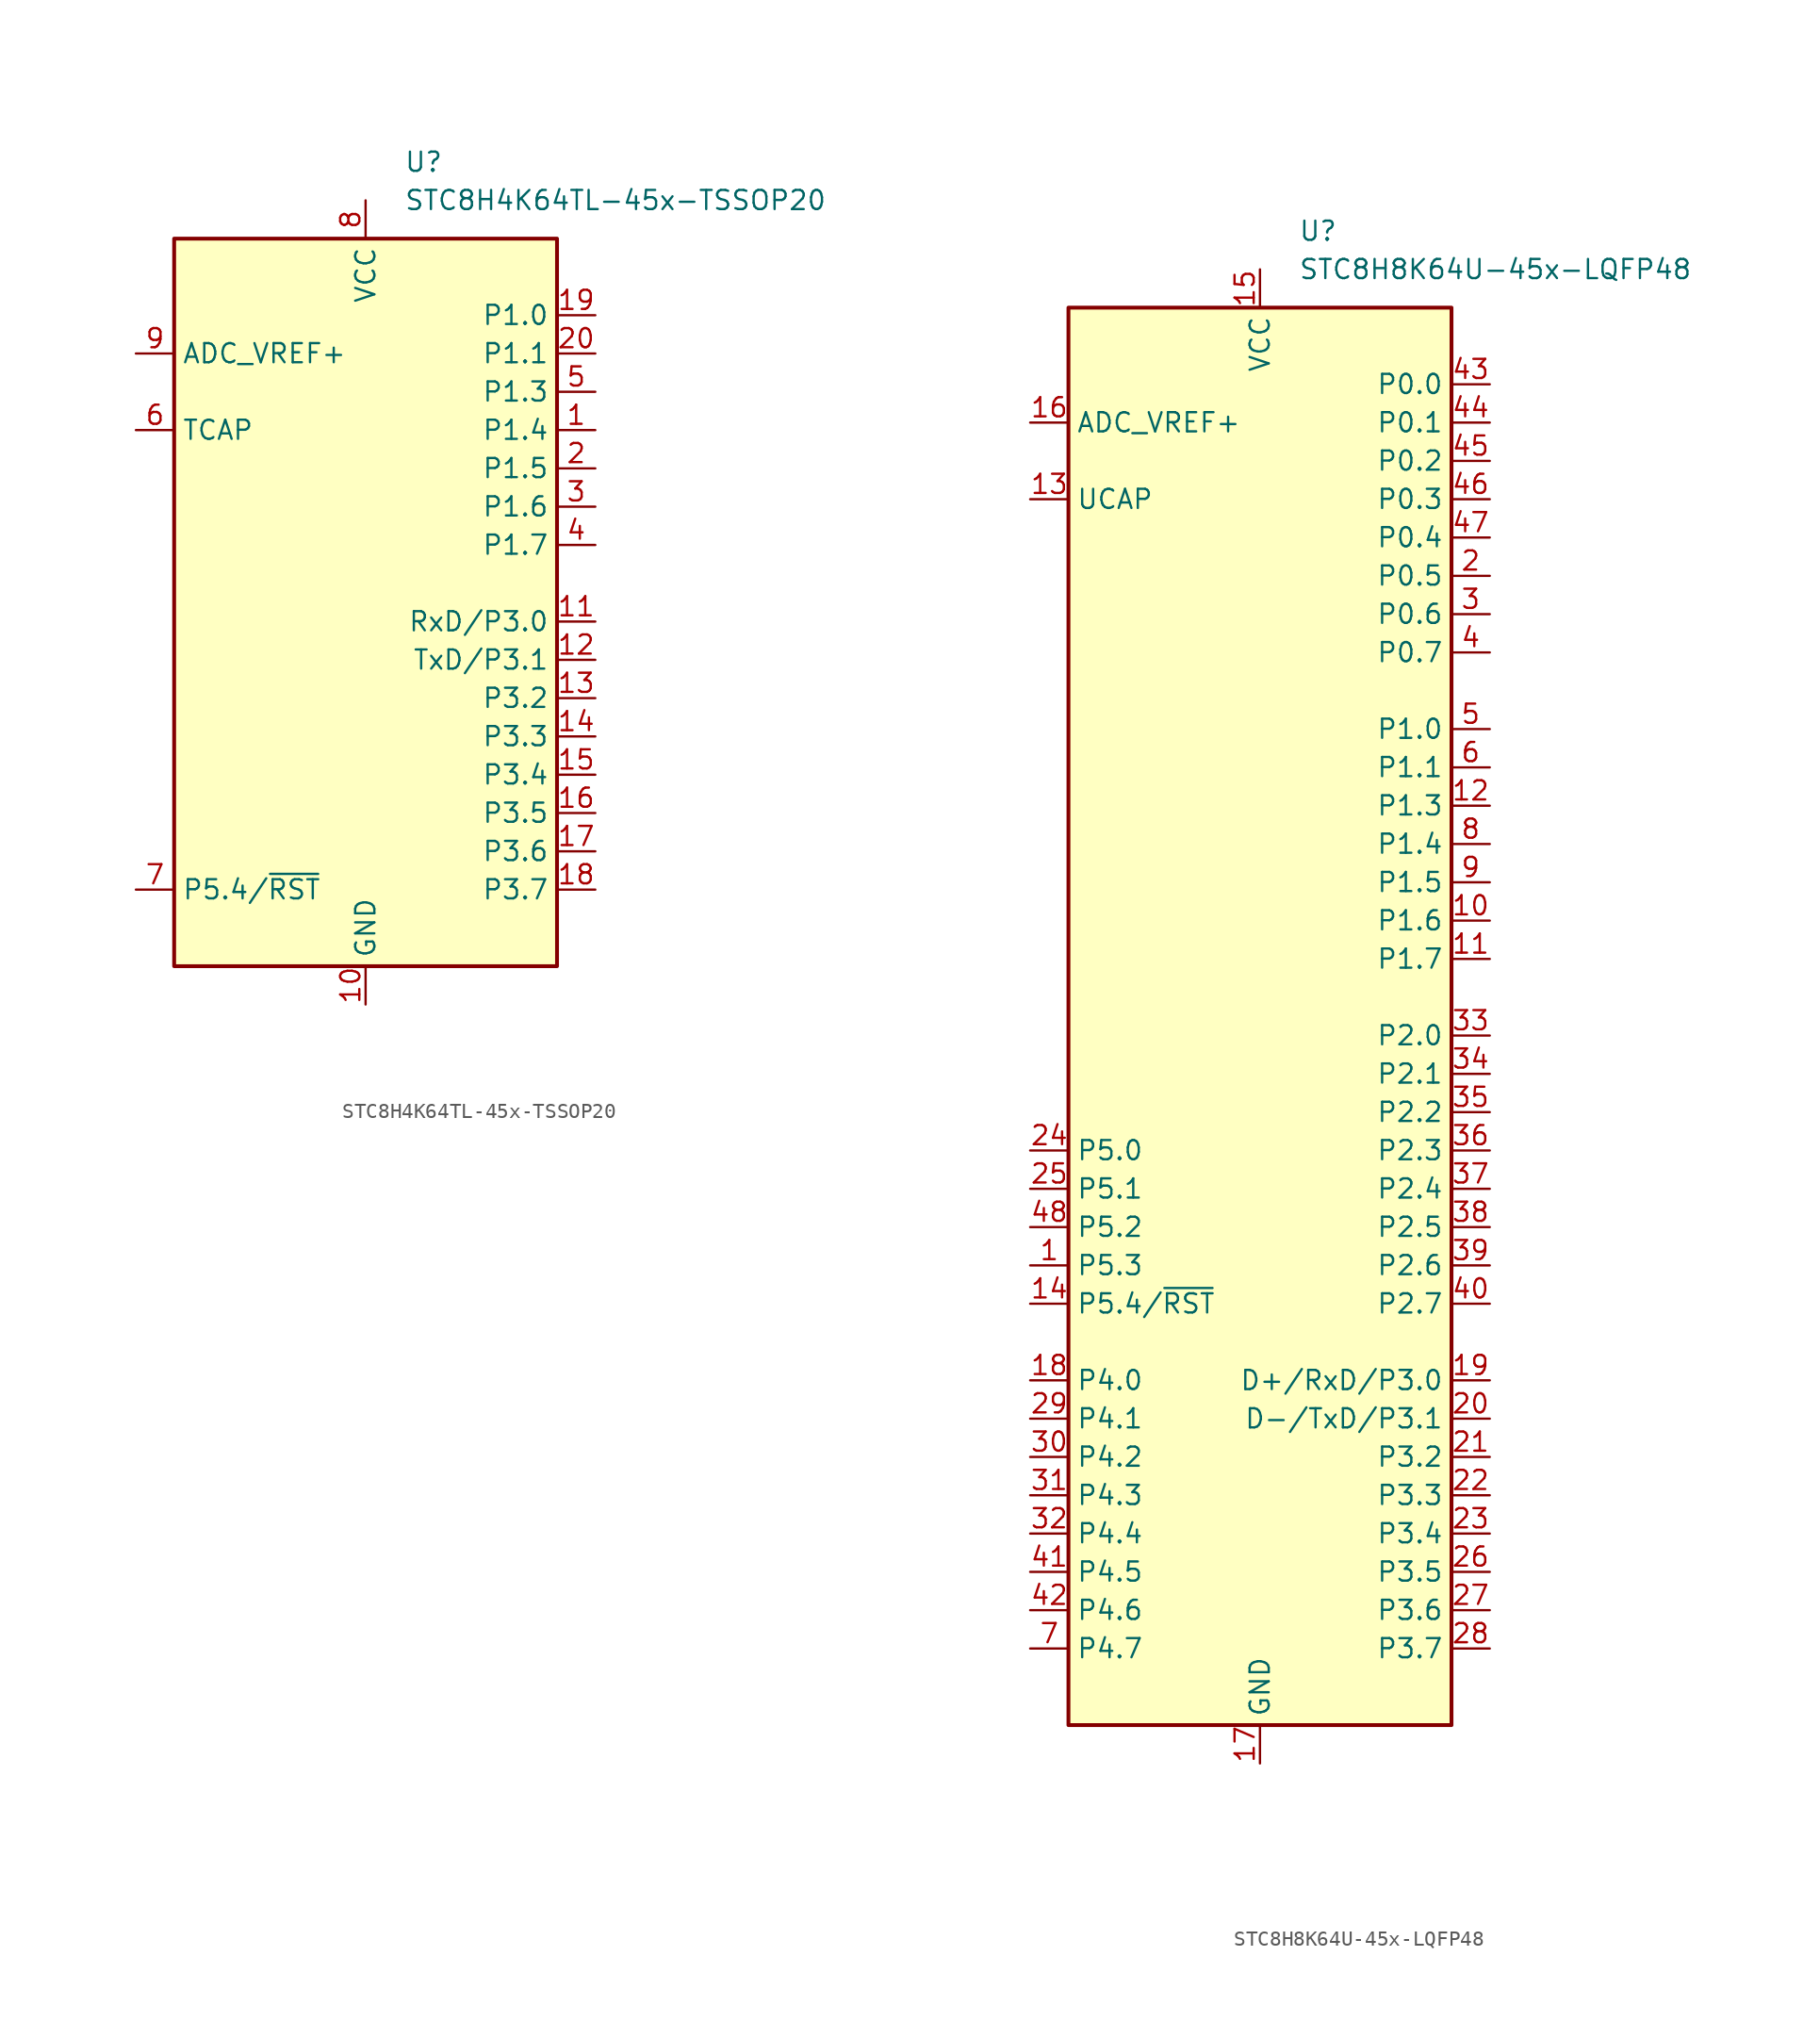
<source format=kicad_sym>
(kicad_symbol_lib
  (version 20211014)
  (generator kicad_symbol_editor)
  (symbol "STC8H4K64TL-45x-TSSOP20"
    (property "Reference" "U"
      (at 2.54 29.21 0)
      (effects (font (size 1.27 1.27)) (justify left)))
    (property "Value" "STC8H4K64TL-45x-TSSOP20"
      (at 2.54 26.67 0)
      (effects (font (size 1.27 1.27)) (justify left)))
    (symbol "STC8H4K64TL-45x-TSSOP20_0_1"
      (rectangle (start -12.7 24.13) (end 12.7 -24.13) (stroke (width 0.254) (type default) (color 0 0 0 0)) (fill (type background))))
    (symbol "STC8H4K64TL-45x-TSSOP20_1_1"
      (pin bidirectional line (at 15.24 11.43 180) (length 2.54) (name "P1.4" (effects (font (size 1.27 1.27)))) (number "1" (effects (font (size 1.27 1.27)))))
      (pin power_in line (at 0 -26.67 90) (length 2.54) (name "GND" (effects (font (size 1.27 1.27)))) (number "10" (effects (font (size 1.27 1.27)))))
      (pin bidirectional line (at 15.24 -1.27 180) (length 2.54) (name "RxD/P3.0" (effects (font (size 1.27 1.27)))) (number "11" (effects (font (size 1.27 1.27)))))
      (pin bidirectional line (at 15.24 -3.81 180) (length 2.54) (name "TxD/P3.1" (effects (font (size 1.27 1.27)))) (number "12" (effects (font (size 1.27 1.27)))))
      (pin bidirectional line (at 15.24 -6.35 180) (length 2.54) (name "P3.2" (effects (font (size 1.27 1.27)))) (number "13" (effects (font (size 1.27 1.27)))))
      (pin bidirectional line (at 15.24 -8.89 180) (length 2.54) (name "P3.3" (effects (font (size 1.27 1.27)))) (number "14" (effects (font (size 1.27 1.27)))))
      (pin bidirectional line (at 15.24 -11.43 180) (length 2.54) (name "P3.4" (effects (font (size 1.27 1.27)))) (number "15" (effects (font (size 1.27 1.27)))))
      (pin bidirectional line (at 15.24 -13.97 180) (length 2.54) (name "P3.5" (effects (font (size 1.27 1.27)))) (number "16" (effects (font (size 1.27 1.27)))))
      (pin bidirectional line (at 15.24 -16.51 180) (length 2.54) (name "P3.6" (effects (font (size 1.27 1.27)))) (number "17" (effects (font (size 1.27 1.27)))))
      (pin bidirectional line (at 15.24 -19.05 180) (length 2.54) (name "P3.7" (effects (font (size 1.27 1.27)))) (number "18" (effects (font (size 1.27 1.27)))))
      (pin bidirectional line (at 15.24 19.05 180) (length 2.54) (name "P1.0" (effects (font (size 1.27 1.27)))) (number "19" (effects (font (size 1.27 1.27)))))
      (pin bidirectional line (at 15.24 8.89 180) (length 2.54) (name "P1.5" (effects (font (size 1.27 1.27)))) (number "2" (effects (font (size 1.27 1.27)))))
      (pin bidirectional line (at 15.24 16.51 180) (length 2.54) (name "P1.1" (effects (font (size 1.27 1.27)))) (number "20" (effects (font (size 1.27 1.27)))))
      (pin bidirectional line (at 15.24 6.35 180) (length 2.54) (name "P1.6" (effects (font (size 1.27 1.27)))) (number "3" (effects (font (size 1.27 1.27)))))
      (pin bidirectional line (at 15.24 3.81 180) (length 2.54) (name "P1.7" (effects (font (size 1.27 1.27)))) (number "4" (effects (font (size 1.27 1.27)))))
      (pin bidirectional line (at 15.24 13.97 180) (length 2.54) (name "P1.3" (effects (font (size 1.27 1.27)))) (number "5" (effects (font (size 1.27 1.27)))))
      (pin passive line (at -15.24 11.43 0) (length 2.54) (name "TCAP" (effects (font (size 1.27 1.27)))) (number "6" (effects (font (size 1.27 1.27)))))
      (pin bidirectional line (at -15.24 -19.05 0) (length 2.54) (name "P5.4/~{RST}" (effects (font (size 1.27 1.27)))) (number "7" (effects (font (size 1.27 1.27)))))
      (pin power_in line (at 0 26.67 270) (length 2.54) (name "VCC" (effects (font (size 1.27 1.27)))) (number "8" (effects (font (size 1.27 1.27)))))
      (pin power_in line (at -15.24 16.51 0) (length 2.54) (name "ADC_VREF+" (effects (font (size 1.27 1.27)))) (number "9" (effects (font (size 1.27 1.27)))))))
  (symbol "STC8H8K64U-45x-LQFP48"
    (property "Reference" "U"
      (at 2.54 52.07 0)
      (effects (font (size 1.27 1.27)) (justify left)))
    (property "Value" "STC8H8K64U-45x-LQFP48"
      (at 2.54 49.53 0)
      (effects (font (size 1.27 1.27)) (justify left)))
    (symbol "STC8H8K64U-45x-LQFP48_0_1"
      (rectangle (start -12.7 46.99) (end 12.7 -46.99) (stroke (width 0.254) (type default) (color 0 0 0 0)) (fill (type background))))
    (symbol "STC8H8K64U-45x-LQFP48_1_1"
      (pin bidirectional line (at -15.24 -16.51 0) (length 2.54) (name "P5.3" (effects (font (size 1.27 1.27)))) (number "1" (effects (font (size 1.27 1.27)))))
      (pin bidirectional line (at 15.24 6.35 180) (length 2.54) (name "P1.6" (effects (font (size 1.27 1.27)))) (number "10" (effects (font (size 1.27 1.27)))))
      (pin bidirectional line (at 15.24 3.81 180) (length 2.54) (name "P1.7" (effects (font (size 1.27 1.27)))) (number "11" (effects (font (size 1.27 1.27)))))
      (pin bidirectional line (at 15.24 13.97 180) (length 2.54) (name "P1.3" (effects (font (size 1.27 1.27)))) (number "12" (effects (font (size 1.27 1.27)))))
      (pin passive line (at -15.24 34.29 0) (length 2.54) (name "UCAP" (effects (font (size 1.27 1.27)))) (number "13" (effects (font (size 1.27 1.27)))))
      (pin bidirectional line (at -15.24 -19.05 0) (length 2.54) (name "P5.4/~{RST}" (effects (font (size 1.27 1.27)))) (number "14" (effects (font (size 1.27 1.27)))))
      (pin power_in line (at 0 49.53 270) (length 2.54) (name "VCC" (effects (font (size 1.27 1.27)))) (number "15" (effects (font (size 1.27 1.27)))))
      (pin power_in line (at -15.24 39.37 0) (length 2.54) (name "ADC_VREF+" (effects (font (size 1.27 1.27)))) (number "16" (effects (font (size 1.27 1.27)))))
      (pin power_in line (at 0 -49.53 90) (length 2.54) (name "GND" (effects (font (size 1.27 1.27)))) (number "17" (effects (font (size 1.27 1.27)))))
      (pin bidirectional line (at -15.24 -24.13 0) (length 2.54) (name "P4.0" (effects (font (size 1.27 1.27)))) (number "18" (effects (font (size 1.27 1.27)))))
      (pin bidirectional line (at 15.24 -24.13 180) (length 2.54) (name "D+/RxD/P3.0" (effects (font (size 1.27 1.27)))) (number "19" (effects (font (size 1.27 1.27)))))
      (pin bidirectional line (at 15.24 29.21 180) (length 2.54) (name "P0.5" (effects (font (size 1.27 1.27)))) (number "2" (effects (font (size 1.27 1.27)))))
      (pin bidirectional line (at 15.24 -26.67 180) (length 2.54) (name "D-/TxD/P3.1" (effects (font (size 1.27 1.27)))) (number "20" (effects (font (size 1.27 1.27)))))
      (pin bidirectional line (at 15.24 -29.21 180) (length 2.54) (name "P3.2" (effects (font (size 1.27 1.27)))) (number "21" (effects (font (size 1.27 1.27)))))
      (pin bidirectional line (at 15.24 -31.75 180) (length 2.54) (name "P3.3" (effects (font (size 1.27 1.27)))) (number "22" (effects (font (size 1.27 1.27)))))
      (pin bidirectional line (at 15.24 -34.29 180) (length 2.54) (name "P3.4" (effects (font (size 1.27 1.27)))) (number "23" (effects (font (size 1.27 1.27)))))
      (pin bidirectional line (at -15.24 -8.89 0) (length 2.54) (name "P5.0" (effects (font (size 1.27 1.27)))) (number "24" (effects (font (size 1.27 1.27)))))
      (pin bidirectional line (at -15.24 -11.43 0) (length 2.54) (name "P5.1" (effects (font (size 1.27 1.27)))) (number "25" (effects (font (size 1.27 1.27)))))
      (pin bidirectional line (at 15.24 -36.83 180) (length 2.54) (name "P3.5" (effects (font (size 1.27 1.27)))) (number "26" (effects (font (size 1.27 1.27)))))
      (pin bidirectional line (at 15.24 -39.37 180) (length 2.54) (name "P3.6" (effects (font (size 1.27 1.27)))) (number "27" (effects (font (size 1.27 1.27)))))
      (pin bidirectional line (at 15.24 -41.91 180) (length 2.54) (name "P3.7" (effects (font (size 1.27 1.27)))) (number "28" (effects (font (size 1.27 1.27)))))
      (pin bidirectional line (at -15.24 -26.67 0) (length 2.54) (name "P4.1" (effects (font (size 1.27 1.27)))) (number "29" (effects (font (size 1.27 1.27)))))
      (pin bidirectional line (at 15.24 26.67 180) (length 2.54) (name "P0.6" (effects (font (size 1.27 1.27)))) (number "3" (effects (font (size 1.27 1.27)))))
      (pin bidirectional line (at -15.24 -29.21 0) (length 2.54) (name "P4.2" (effects (font (size 1.27 1.27)))) (number "30" (effects (font (size 1.27 1.27)))))
      (pin bidirectional line (at -15.24 -31.75 0) (length 2.54) (name "P4.3" (effects (font (size 1.27 1.27)))) (number "31" (effects (font (size 1.27 1.27)))))
      (pin bidirectional line (at -15.24 -34.29 0) (length 2.54) (name "P4.4" (effects (font (size 1.27 1.27)))) (number "32" (effects (font (size 1.27 1.27)))))
      (pin bidirectional line (at 15.24 -1.27 180) (length 2.54) (name "P2.0" (effects (font (size 1.27 1.27)))) (number "33" (effects (font (size 1.27 1.27)))))
      (pin bidirectional line (at 15.24 -3.81 180) (length 2.54) (name "P2.1" (effects (font (size 1.27 1.27)))) (number "34" (effects (font (size 1.27 1.27)))))
      (pin bidirectional line (at 15.24 -6.35 180) (length 2.54) (name "P2.2" (effects (font (size 1.27 1.27)))) (number "35" (effects (font (size 1.27 1.27)))))
      (pin bidirectional line (at 15.24 -8.89 180) (length 2.54) (name "P2.3" (effects (font (size 1.27 1.27)))) (number "36" (effects (font (size 1.27 1.27)))))
      (pin bidirectional line (at 15.24 -11.43 180) (length 2.54) (name "P2.4" (effects (font (size 1.27 1.27)))) (number "37" (effects (font (size 1.27 1.27)))))
      (pin bidirectional line (at 15.24 -13.97 180) (length 2.54) (name "P2.5" (effects (font (size 1.27 1.27)))) (number "38" (effects (font (size 1.27 1.27)))))
      (pin bidirectional line (at 15.24 -16.51 180) (length 2.54) (name "P2.6" (effects (font (size 1.27 1.27)))) (number "39" (effects (font (size 1.27 1.27)))))
      (pin bidirectional line (at 15.24 24.13 180) (length 2.54) (name "P0.7" (effects (font (size 1.27 1.27)))) (number "4" (effects (font (size 1.27 1.27)))))
      (pin bidirectional line (at 15.24 -19.05 180) (length 2.54) (name "P2.7" (effects (font (size 1.27 1.27)))) (number "40" (effects (font (size 1.27 1.27)))))
      (pin bidirectional line (at -15.24 -36.83 0) (length 2.54) (name "P4.5" (effects (font (size 1.27 1.27)))) (number "41" (effects (font (size 1.27 1.27)))))
      (pin bidirectional line (at -15.24 -39.37 0) (length 2.54) (name "P4.6" (effects (font (size 1.27 1.27)))) (number "42" (effects (font (size 1.27 1.27)))))
      (pin bidirectional line (at 15.24 41.91 180) (length 2.54) (name "P0.0" (effects (font (size 1.27 1.27)))) (number "43" (effects (font (size 1.27 1.27)))))
      (pin bidirectional line (at 15.24 39.37 180) (length 2.54) (name "P0.1" (effects (font (size 1.27 1.27)))) (number "44" (effects (font (size 1.27 1.27)))))
      (pin bidirectional line (at 15.24 36.83 180) (length 2.54) (name "P0.2" (effects (font (size 1.27 1.27)))) (number "45" (effects (font (size 1.27 1.27)))))
      (pin bidirectional line (at 15.24 34.29 180) (length 2.54) (name "P0.3" (effects (font (size 1.27 1.27)))) (number "46" (effects (font (size 1.27 1.27)))))
      (pin bidirectional line (at 15.24 31.75 180) (length 2.54) (name "P0.4" (effects (font (size 1.27 1.27)))) (number "47" (effects (font (size 1.27 1.27)))))
      (pin bidirectional line (at -15.24 -13.97 0) (length 2.54) (name "P5.2" (effects (font (size 1.27 1.27)))) (number "48" (effects (font (size 1.27 1.27)))))
      (pin bidirectional line (at 15.24 19.05 180) (length 2.54) (name "P1.0" (effects (font (size 1.27 1.27)))) (number "5" (effects (font (size 1.27 1.27)))))
      (pin bidirectional line (at 15.24 16.51 180) (length 2.54) (name "P1.1" (effects (font (size 1.27 1.27)))) (number "6" (effects (font (size 1.27 1.27)))))
      (pin bidirectional line (at -15.24 -41.91 0) (length 2.54) (name "P4.7" (effects (font (size 1.27 1.27)))) (number "7" (effects (font (size 1.27 1.27)))))
      (pin bidirectional line (at 15.24 11.43 180) (length 2.54) (name "P1.4" (effects (font (size 1.27 1.27)))) (number "8" (effects (font (size 1.27 1.27)))))
      (pin bidirectional line (at 15.24 8.89 180) (length 2.54) (name "P1.5" (effects (font (size 1.27 1.27)))) (number "9" (effects (font (size 1.27 1.27))))))))
</source>
